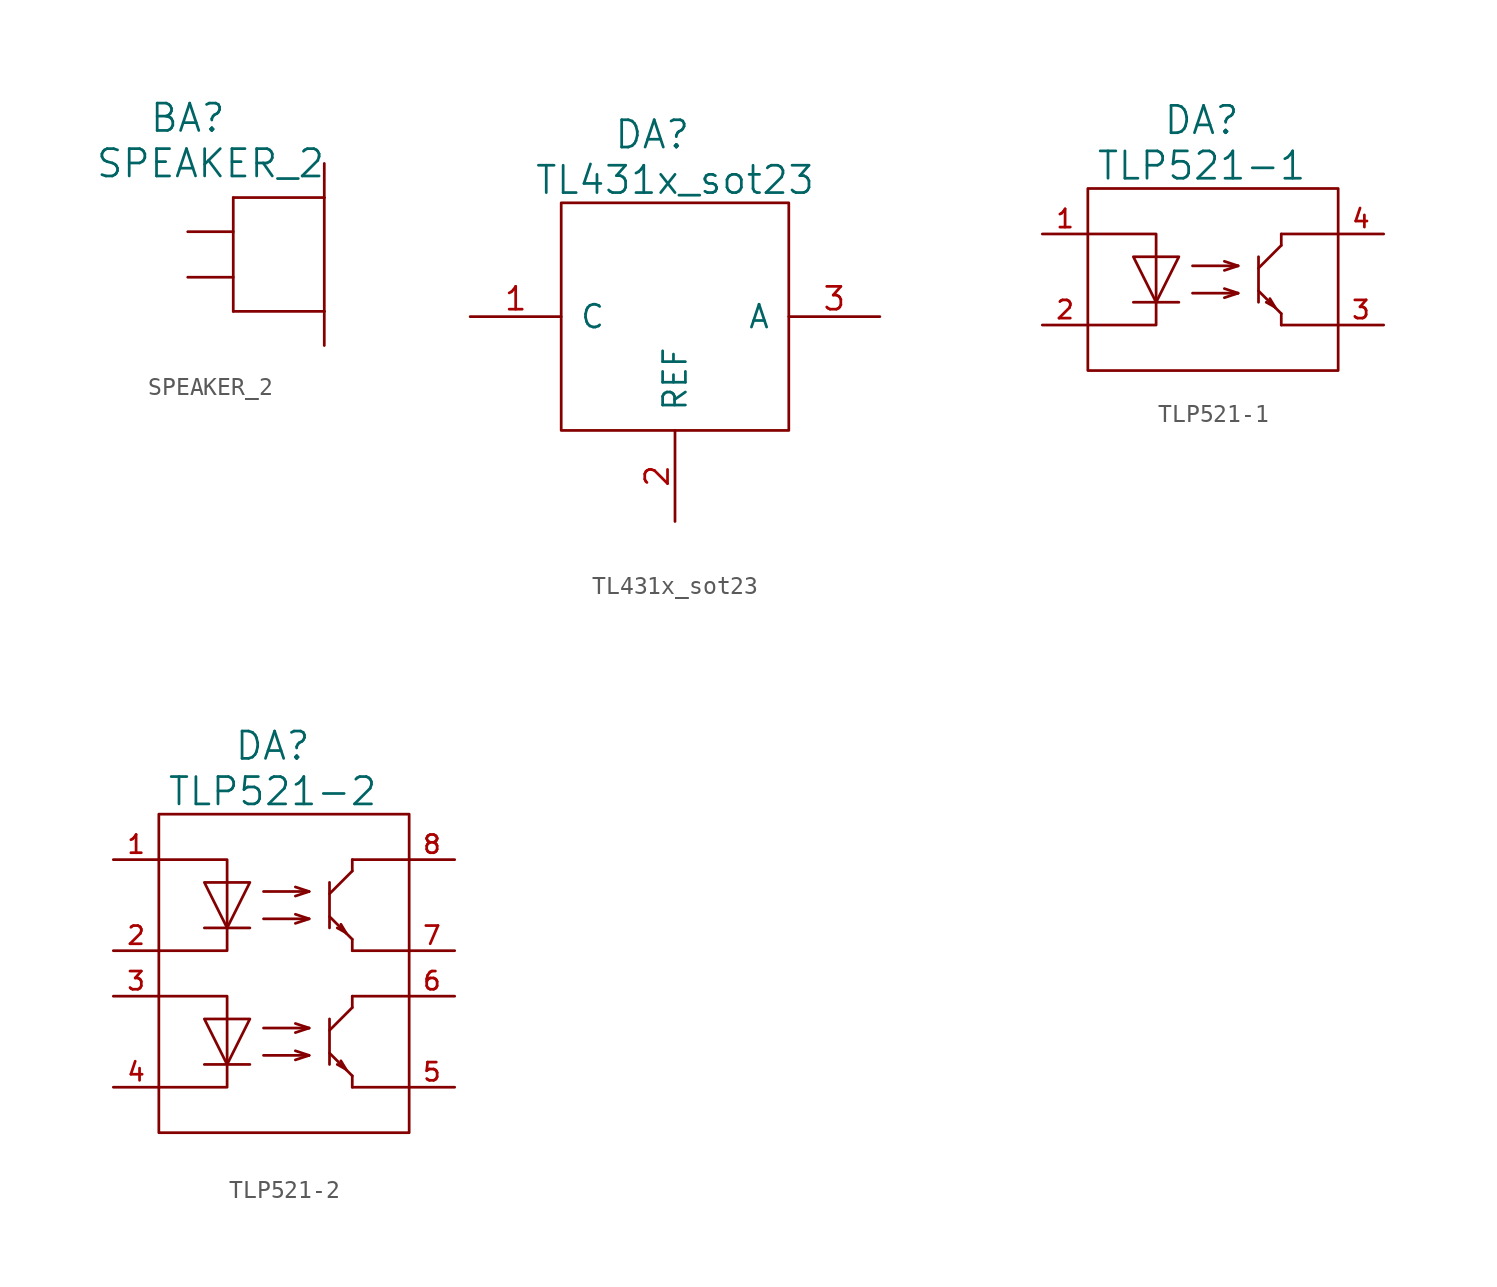
<source format=kicad_sym>
(kicad_symbol_lib
  (version 20211014)
  (generator kicad_symbol_editor)
  (symbol "SPEAKER_2"
    (pin_numbers hide)
    (pin_names
      (offset 1.016))
    (property "Reference" "BA"
      (at 0 6.35 0)
      (effects (font (size 1.524 1.524))))
    (property "Value" "SPEAKER_2"
      (at 1.27 3.81 0)
      (effects (font (size 1.524 1.524))))
    (property "Footprint" ""
      (at 0 0 0)
      (effects (font (size 1.524 1.524))))
    (property "Datasheet" ""
      (at 0 0 0)
      (effects (font (size 1.524 1.524))))
    (symbol "SPEAKER_2_0_1"
      (polyline (pts (xy 2.54 -4.445) (xy 2.54 1.905)) (stroke (width 0) (type default) (color 0 0 0 0)) (fill (type none)))
      (polyline (pts (xy 2.54 -4.445) (xy 7.62 -4.445)) (stroke (width 0) (type default) (color 0 0 0 0)) (fill (type none)))
      (polyline (pts (xy 2.54 1.905) (xy 7.62 1.905)) (stroke (width 0) (type default) (color 0 0 0 0)) (fill (type none)))
      (polyline (pts (xy 7.62 -4.445) (xy 7.62 -6.35)) (stroke (width 0) (type default) (color 0 0 0 0)) (fill (type none)))
      (polyline (pts (xy 7.62 1.905) (xy 7.62 -4.445)) (stroke (width 0) (type default) (color 0 0 0 0)) (fill (type none)))
      (polyline (pts (xy 7.62 1.905) (xy 7.62 3.81)) (stroke (width 0) (type default) (color 0 0 0 0)) (fill (type none))))
    (symbol "SPEAKER_2_1_1"
      (pin passive line (at 0 0 0) (length 2.54) (name "~" (effects (font (size 1.016 1.016)))) (number "1" (effects (font (size 1.016 1.016)))))
      (pin passive line (at 0 -2.54 0) (length 2.54) (name "~" (effects (font (size 1.016 1.016)))) (number "2" (effects (font (size 1.016 1.016)))))))
  (symbol "TL431x_sot23"
    (pin_names
      (offset 1.016))
    (property "Reference" "DA"
      (at 5.08 3.81 0)
      (effects (font (size 1.524 1.524))))
    (property "Value" "TL431x_sot23"
      (at 6.35 1.27 0)
      (effects (font (size 1.524 1.524))))
    (property "Footprint" ""
      (at 0 0 0)
      (effects (font (size 1.524 1.524))))
    (property "Datasheet" ""
      (at 0 0 0)
      (effects (font (size 1.524 1.524))))
    (symbol "TL431x_sot23_0_1"
      (polyline (pts (xy 0 0) (xy 12.7 0) (xy 12.7 -12.7) (xy 0 -12.7) (xy 0 0) (xy 0 0)) (stroke (width 0) (type default) (color 0 0 0 0)) (fill (type none))))
    (symbol "TL431x_sot23_1_1"
      (pin passive line (at -5.08 -6.35 0) (length 5.08) (name "C" (effects (font (size 1.27 1.27)))) (number "1" (effects (font (size 1.27 1.27)))))
      (pin passive line (at 6.35 -17.78 90) (length 5.08) (name "REF" (effects (font (size 1.27 1.27)))) (number "2" (effects (font (size 1.27 1.27)))))
      (pin passive line (at 17.78 -6.35 180) (length 5.08) (name "A" (effects (font (size 1.27 1.27)))) (number "3" (effects (font (size 1.27 1.27)))))))
  (symbol "TLP521-1"
    (pin_names
      (offset 1.016))
    (property "Reference" "DA"
      (at 8.89 6.35 0)
      (effects (font (size 1.524 1.524))))
    (property "Value" "TLP521-1"
      (at 8.89 3.81 0)
      (effects (font (size 1.524 1.524))))
    (property "Footprint" ""
      (at 0 0 0)
      (effects (font (size 1.524 1.524))))
    (property "Datasheet" ""
      (at 0 0 0)
      (effects (font (size 1.524 1.524))))
    (symbol "TLP521-1_0_1"
      (polyline (pts (xy 5.08 -3.81) (xy 7.62 -3.81)) (stroke (width 0) (type default) (color 0 0 0 0)) (fill (type none)))
      (polyline (pts (xy 8.382 -3.302) (xy 10.922 -3.302)) (stroke (width 0) (type default) (color 0 0 0 0)) (fill (type none)))
      (polyline (pts (xy 8.382 -1.778) (xy 10.922 -1.778)) (stroke (width 0) (type default) (color 0 0 0 0)) (fill (type none)))
      (polyline (pts (xy 10.16 -3.556) (xy 10.922 -3.302)) (stroke (width 0) (type default) (color 0 0 0 0)) (fill (type none)))
      (polyline (pts (xy 10.16 -3.048) (xy 10.922 -3.302)) (stroke (width 0) (type default) (color 0 0 0 0)) (fill (type none)))
      (polyline (pts (xy 10.16 -2.032) (xy 10.922 -1.778)) (stroke (width 0) (type default) (color 0 0 0 0)) (fill (type none)))
      (polyline (pts (xy 10.16 -1.524) (xy 10.922 -1.778)) (stroke (width 0) (type default) (color 0 0 0 0)) (fill (type none)))
      (polyline (pts (xy 12.065 -3.175) (xy 13.335 -4.445)) (stroke (width 0) (type default) (color 0 0 0 0)) (fill (type none)))
      (polyline (pts (xy 12.065 -1.905) (xy 13.335 -0.635)) (stroke (width 0) (type default) (color 0 0 0 0)) (fill (type none)))
      (polyline (pts (xy 12.065 -1.27) (xy 12.065 -3.81)) (stroke (width 0) (type default) (color 0 0 0 0)) (fill (type none)))
      (polyline (pts (xy 12.954 -4.064) (xy 12.497 -3.81)) (stroke (width 0) (type default) (color 0 0 0 0)) (fill (type none)))
      (polyline (pts (xy 13.005 -4.115) (xy 12.7 -3.607)) (stroke (width 0) (type default) (color 0 0 0 0)) (fill (type none)))
      (polyline (pts (xy 13.335 -5.08) (xy 16.51 -5.08)) (stroke (width 0) (type default) (color 0 0 0 0)) (fill (type none)))
      (polyline (pts (xy 13.335 -4.445) (xy 13.335 -5.08)) (stroke (width 0) (type default) (color 0 0 0 0)) (fill (type none)))
      (polyline (pts (xy 13.335 -0.635) (xy 13.335 0)) (stroke (width 0) (type default) (color 0 0 0 0)) (fill (type none)))
      (polyline (pts (xy 13.335 0) (xy 16.51 0)) (stroke (width 0) (type default) (color 0 0 0 0)) (fill (type none)))
      (polyline (pts (xy 5.08 -1.27) (xy 6.35 -3.81) (xy 7.62 -1.27) (xy 5.08 -1.27)) (stroke (width 0) (type default) (color 0 0 0 0)) (fill (type none)))
      (polyline (pts (xy 2.54 0) (xy 6.35 0) (xy 6.35 -5.08) (xy 2.54 -5.08) (xy 2.54 -5.08)) (stroke (width 0) (type default) (color 0 0 0 0)) (fill (type none)))
      (rectangle (start 2.54 2.54) (end 16.51 -7.62) (stroke (width 0) (type default) (color 0 0 0 0)) (fill (type none))))
    (symbol "TLP521-1_1_1"
      (pin passive line (at 0 0 0) (length 2.54) (name "~" (effects (font (size 1.016 1.016)))) (number "1" (effects (font (size 1.016 1.016)))))
      (pin passive line (at 0 -5.08 0) (length 2.54) (name "~" (effects (font (size 1.016 1.016)))) (number "2" (effects (font (size 1.016 1.016)))))
      (pin passive line (at 19.05 -5.08 180) (length 2.54) (name "~" (effects (font (size 1.016 1.016)))) (number "3" (effects (font (size 1.016 1.016)))))
      (pin passive line (at 19.05 0 180) (length 2.54) (name "~" (effects (font (size 1.016 1.016)))) (number "4" (effects (font (size 1.016 1.016)))))))
  (symbol "TLP521-2"
    (pin_names
      (offset 1.016))
    (property "Reference" "DA"
      (at 8.89 6.35 0)
      (effects (font (size 1.524 1.524))))
    (property "Value" "TLP521-2"
      (at 8.89 3.81 0)
      (effects (font (size 1.524 1.524))))
    (property "Footprint" ""
      (at 0 0 0)
      (effects (font (size 1.524 1.524))))
    (property "Datasheet" ""
      (at 0 0 0)
      (effects (font (size 1.524 1.524))))
    (symbol "TLP521-2_0_1"
      (polyline (pts (xy 5.08 -11.43) (xy 7.62 -11.43)) (stroke (width 0) (type default) (color 0 0 0 0)) (fill (type none)))
      (polyline (pts (xy 5.08 -3.81) (xy 7.62 -3.81)) (stroke (width 0) (type default) (color 0 0 0 0)) (fill (type none)))
      (polyline (pts (xy 8.382 -10.922) (xy 10.922 -10.922)) (stroke (width 0) (type default) (color 0 0 0 0)) (fill (type none)))
      (polyline (pts (xy 8.382 -9.398) (xy 10.922 -9.398)) (stroke (width 0) (type default) (color 0 0 0 0)) (fill (type none)))
      (polyline (pts (xy 8.382 -3.302) (xy 10.922 -3.302)) (stroke (width 0) (type default) (color 0 0 0 0)) (fill (type none)))
      (polyline (pts (xy 8.382 -1.778) (xy 10.922 -1.778)) (stroke (width 0) (type default) (color 0 0 0 0)) (fill (type none)))
      (polyline (pts (xy 10.16 -11.176) (xy 10.922 -10.922)) (stroke (width 0) (type default) (color 0 0 0 0)) (fill (type none)))
      (polyline (pts (xy 10.16 -10.668) (xy 10.922 -10.922)) (stroke (width 0) (type default) (color 0 0 0 0)) (fill (type none)))
      (polyline (pts (xy 10.16 -9.652) (xy 10.922 -9.398)) (stroke (width 0) (type default) (color 0 0 0 0)) (fill (type none)))
      (polyline (pts (xy 10.16 -9.144) (xy 10.922 -9.398)) (stroke (width 0) (type default) (color 0 0 0 0)) (fill (type none)))
      (polyline (pts (xy 10.16 -3.556) (xy 10.922 -3.302)) (stroke (width 0) (type default) (color 0 0 0 0)) (fill (type none)))
      (polyline (pts (xy 10.16 -3.048) (xy 10.922 -3.302)) (stroke (width 0) (type default) (color 0 0 0 0)) (fill (type none)))
      (polyline (pts (xy 10.16 -2.032) (xy 10.922 -1.778)) (stroke (width 0) (type default) (color 0 0 0 0)) (fill (type none)))
      (polyline (pts (xy 10.16 -1.524) (xy 10.922 -1.778)) (stroke (width 0) (type default) (color 0 0 0 0)) (fill (type none)))
      (polyline (pts (xy 12.065 -10.795) (xy 13.335 -12.065)) (stroke (width 0) (type default) (color 0 0 0 0)) (fill (type none)))
      (polyline (pts (xy 12.065 -9.525) (xy 13.335 -8.255)) (stroke (width 0) (type default) (color 0 0 0 0)) (fill (type none)))
      (polyline (pts (xy 12.065 -8.89) (xy 12.065 -11.43)) (stroke (width 0) (type default) (color 0 0 0 0)) (fill (type none)))
      (polyline (pts (xy 12.065 -3.175) (xy 13.335 -4.445)) (stroke (width 0) (type default) (color 0 0 0 0)) (fill (type none)))
      (polyline (pts (xy 12.065 -1.905) (xy 13.335 -0.635)) (stroke (width 0) (type default) (color 0 0 0 0)) (fill (type none)))
      (polyline (pts (xy 12.065 -1.27) (xy 12.065 -3.81)) (stroke (width 0) (type default) (color 0 0 0 0)) (fill (type none)))
      (polyline (pts (xy 12.954 -11.684) (xy 12.497 -11.43)) (stroke (width 0) (type default) (color 0 0 0 0)) (fill (type none)))
      (polyline (pts (xy 12.954 -4.064) (xy 12.497 -3.81)) (stroke (width 0) (type default) (color 0 0 0 0)) (fill (type none)))
      (polyline (pts (xy 13.005 -11.735) (xy 12.7 -11.227)) (stroke (width 0) (type default) (color 0 0 0 0)) (fill (type none)))
      (polyline (pts (xy 13.005 -4.115) (xy 12.7 -3.607)) (stroke (width 0) (type default) (color 0 0 0 0)) (fill (type none)))
      (polyline (pts (xy 13.335 -12.7) (xy 16.51 -12.7)) (stroke (width 0) (type default) (color 0 0 0 0)) (fill (type none)))
      (polyline (pts (xy 13.335 -12.065) (xy 13.335 -12.7)) (stroke (width 0) (type default) (color 0 0 0 0)) (fill (type none)))
      (polyline (pts (xy 13.335 -8.255) (xy 13.335 -7.62)) (stroke (width 0) (type default) (color 0 0 0 0)) (fill (type none)))
      (polyline (pts (xy 13.335 -7.62) (xy 16.51 -7.62)) (stroke (width 0) (type default) (color 0 0 0 0)) (fill (type none)))
      (polyline (pts (xy 13.335 -5.08) (xy 16.51 -5.08)) (stroke (width 0) (type default) (color 0 0 0 0)) (fill (type none)))
      (polyline (pts (xy 13.335 -4.445) (xy 13.335 -5.08)) (stroke (width 0) (type default) (color 0 0 0 0)) (fill (type none)))
      (polyline (pts (xy 13.335 -0.635) (xy 13.335 0)) (stroke (width 0) (type default) (color 0 0 0 0)) (fill (type none)))
      (polyline (pts (xy 13.335 0) (xy 16.51 0)) (stroke (width 0) (type default) (color 0 0 0 0)) (fill (type none)))
      (polyline (pts (xy 5.08 -8.89) (xy 6.35 -11.43) (xy 7.62 -8.89) (xy 5.08 -8.89)) (stroke (width 0) (type default) (color 0 0 0 0)) (fill (type none)))
      (polyline (pts (xy 5.08 -1.27) (xy 6.35 -3.81) (xy 7.62 -1.27) (xy 5.08 -1.27)) (stroke (width 0) (type default) (color 0 0 0 0)) (fill (type none)))
      (polyline (pts (xy 2.54 -7.62) (xy 6.35 -7.62) (xy 6.35 -12.7) (xy 2.54 -12.7) (xy 2.54 -12.7)) (stroke (width 0) (type default) (color 0 0 0 0)) (fill (type none)))
      (polyline (pts (xy 2.54 0) (xy 6.35 0) (xy 6.35 -5.08) (xy 2.54 -5.08) (xy 2.54 -5.08)) (stroke (width 0) (type default) (color 0 0 0 0)) (fill (type none)))
      (rectangle (start 2.54 2.54) (end 16.51 -15.24) (stroke (width 0) (type default) (color 0 0 0 0)) (fill (type none))))
    (symbol "TLP521-2_1_1"
      (pin passive line (at 0 0 0) (length 2.54) (name "~" (effects (font (size 1.016 1.016)))) (number "1" (effects (font (size 1.016 1.016)))))
      (pin passive line (at 0 -5.08 0) (length 2.54) (name "~" (effects (font (size 1.016 1.016)))) (number "2" (effects (font (size 1.016 1.016)))))
      (pin passive line (at 0 -7.62 0) (length 2.54) (name "~" (effects (font (size 1.016 1.016)))) (number "3" (effects (font (size 1.016 1.016)))))
      (pin passive line (at 0 -12.7 0) (length 2.54) (name "~" (effects (font (size 1.016 1.016)))) (number "4" (effects (font (size 1.016 1.016)))))
      (pin passive line (at 19.05 -12.7 180) (length 2.54) (name "~" (effects (font (size 1.016 1.016)))) (number "5" (effects (font (size 1.016 1.016)))))
      (pin passive line (at 19.05 -7.62 180) (length 2.54) (name "~" (effects (font (size 1.016 1.016)))) (number "6" (effects (font (size 1.016 1.016)))))
      (pin passive line (at 19.05 -5.08 180) (length 2.54) (name "~" (effects (font (size 1.016 1.016)))) (number "7" (effects (font (size 1.016 1.016)))))
      (pin passive line (at 19.05 0 180) (length 2.54) (name "~" (effects (font (size 1.016 1.016)))) (number "8" (effects (font (size 1.016 1.016))))))))
</source>
